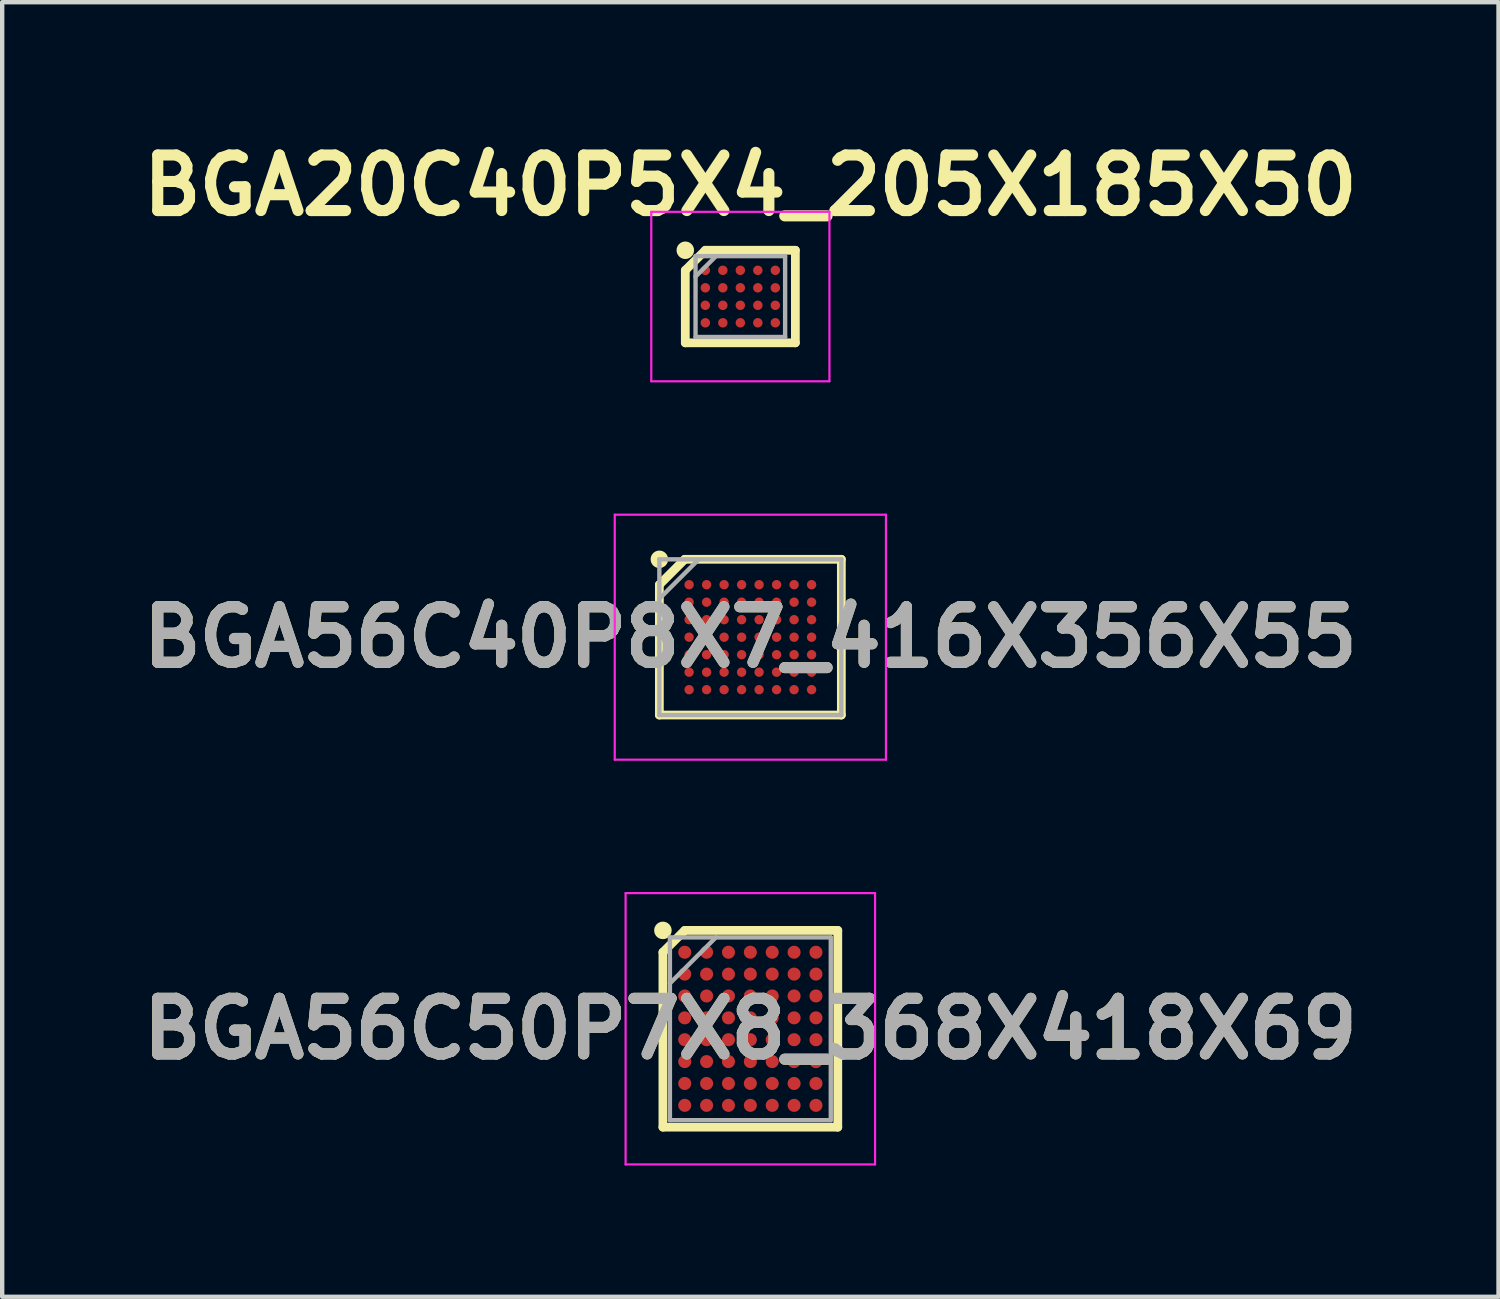
<source format=kicad_pcb>
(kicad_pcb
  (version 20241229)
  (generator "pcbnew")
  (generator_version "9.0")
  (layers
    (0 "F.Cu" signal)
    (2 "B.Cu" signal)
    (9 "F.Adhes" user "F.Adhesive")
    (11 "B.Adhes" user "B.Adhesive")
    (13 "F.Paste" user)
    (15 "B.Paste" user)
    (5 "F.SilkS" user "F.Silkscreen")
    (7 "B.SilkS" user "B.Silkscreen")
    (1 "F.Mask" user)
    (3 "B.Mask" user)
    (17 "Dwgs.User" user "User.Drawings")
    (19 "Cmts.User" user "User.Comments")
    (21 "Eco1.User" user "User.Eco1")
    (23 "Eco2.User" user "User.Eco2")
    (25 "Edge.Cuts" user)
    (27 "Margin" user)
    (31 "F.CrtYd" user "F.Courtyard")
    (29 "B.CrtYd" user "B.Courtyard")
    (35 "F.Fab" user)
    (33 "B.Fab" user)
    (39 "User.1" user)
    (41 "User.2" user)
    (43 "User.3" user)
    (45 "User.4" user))
  (footprint "BGA56C50P7X8_368X418X69"
    (layer "F.Cu")
    (at 14.103 20.468)
    (property "Reference" "BGA56C50P7X8_368X418X69" (at 0 0 0) (layer "F.SilkS") (effects (font (size 1.27 1.27) (thickness 0.254))))
    (attr smd)
    (fp_line (start -1.999 -1.75) (end -1.5 -2.249) (stroke (width 0.2) (type solid)) (layer "F.SilkS"))
    (fp_line (start -1.999 2.249) (end -1.999 -1.75) (stroke (width 0.2) (type solid)) (layer "F.SilkS"))
    (fp_line (start -1.5 -2.249) (end 1.999 -2.249) (stroke (width 0.2) (type solid)) (layer "F.SilkS"))
    (fp_line (start 1.999 -2.249) (end 1.999 2.249) (stroke (width 0.2) (type solid)) (layer "F.SilkS"))
    (fp_line (start 1.999 2.249) (end -1.999 2.249) (stroke (width 0.2) (type solid)) (layer "F.SilkS"))
    (fp_circle (center -1.999 -2.249) (end -1.999 -2.149) (stroke (width 0.2) (type solid)) (fill no) (layer "F.SilkS"))
    (fp_line (start -2.852 -3.102) (end 2.851 -3.102) (stroke (width 0.05) (type solid)) (layer "F.CrtYd"))
    (fp_line (start -2.852 3.101) (end -2.852 -3.102) (stroke (width 0.05) (type solid)) (layer "F.CrtYd"))
    (fp_line (start 2.851 -3.102) (end 2.851 3.101) (stroke (width 0.05) (type solid)) (layer "F.CrtYd"))
    (fp_line (start 2.851 3.101) (end -2.852 3.101) (stroke (width 0.05) (type solid)) (layer "F.CrtYd"))
    (fp_line (start -1.839 -2.089) (end 1.839 -2.089) (stroke (width 0.1) (type solid)) (layer "F.Fab"))
    (fp_line (start -1.839 -1.038) (end -0.788 -2.089) (stroke (width 0.1) (type solid)) (layer "F.Fab"))
    (fp_line (start -1.839 2.089) (end -1.839 -2.089) (stroke (width 0.1) (type solid)) (layer "F.Fab"))
    (fp_line (start 1.839 -2.089) (end 1.839 2.089) (stroke (width 0.1) (type solid)) (layer "F.Fab"))
    (fp_line (start 1.839 2.089) (end -1.839 2.089) (stroke (width 0.1) (type solid)) (layer "F.Fab"))
    (fp_text user "${REFERENCE}" (at 0 0 0) (layer "F.Fab") (effects (font (size 1.27 1.27) (thickness 0.254))))
    (pad "A1" smd circle (at -1.5 -1.75 90) (size 0.298 0.298) (layers "F.Cu" "F.Mask" "F.Paste"))
    (pad "A2" smd circle (at -1 -1.75 90) (size 0.298 0.298) (layers "F.Cu" "F.Mask" "F.Paste"))
    (pad "A3" smd circle (at -0.5 -1.75 90) (size 0.298 0.298) (layers "F.Cu" "F.Mask" "F.Paste"))
    (pad "A4" smd circle (at 0 -1.75 90) (size 0.298 0.298) (layers "F.Cu" "F.Mask" "F.Paste"))
    (pad "A5" smd circle (at 0.5 -1.75 90) (size 0.298 0.298) (layers "F.Cu" "F.Mask" "F.Paste"))
    (pad "A6" smd circle (at 1 -1.75 90) (size 0.298 0.298) (layers "F.Cu" "F.Mask" "F.Paste"))
    (pad "A7" smd circle (at 1.5 -1.75 90) (size 0.298 0.298) (layers "F.Cu" "F.Mask" "F.Paste"))
    (pad "B1" smd circle (at -1.5 -1.25 90) (size 0.298 0.298) (layers "F.Cu" "F.Mask" "F.Paste"))
    (pad "B2" smd circle (at -1 -1.25 90) (size 0.298 0.298) (layers "F.Cu" "F.Mask" "F.Paste"))
    (pad "B3" smd circle (at -0.5 -1.25 90) (size 0.298 0.298) (layers "F.Cu" "F.Mask" "F.Paste"))
    (pad "B4" smd circle (at 0 -1.25 90) (size 0.298 0.298) (layers "F.Cu" "F.Mask" "F.Paste"))
    (pad "B5" smd circle (at 0.5 -1.25 90) (size 0.298 0.298) (layers "F.Cu" "F.Mask" "F.Paste"))
    (pad "B6" smd circle (at 1 -1.25 90) (size 0.298 0.298) (layers "F.Cu" "F.Mask" "F.Paste"))
    (pad "B7" smd circle (at 1.5 -1.25 90) (size 0.298 0.298) (layers "F.Cu" "F.Mask" "F.Paste"))
    (pad "C1" smd circle (at -1.5 -0.75 90) (size 0.298 0.298) (layers "F.Cu" "F.Mask" "F.Paste"))
    (pad "C2" smd circle (at -1 -0.75 90) (size 0.298 0.298) (layers "F.Cu" "F.Mask" "F.Paste"))
    (pad "C3" smd circle (at -0.5 -0.75 90) (size 0.298 0.298) (layers "F.Cu" "F.Mask" "F.Paste"))
    (pad "C4" smd circle (at 0 -0.75 90) (size 0.298 0.298) (layers "F.Cu" "F.Mask" "F.Paste"))
    (pad "C5" smd circle (at 0.5 -0.75 90) (size 0.298 0.298) (layers "F.Cu" "F.Mask" "F.Paste"))
    (pad "C6" smd circle (at 1 -0.75 90) (size 0.298 0.298) (layers "F.Cu" "F.Mask" "F.Paste"))
    (pad "C7" smd circle (at 1.5 -0.75 90) (size 0.298 0.298) (layers "F.Cu" "F.Mask" "F.Paste"))
    (pad "D1" smd circle (at -1.5 -0.25 90) (size 0.298 0.298) (layers "F.Cu" "F.Mask" "F.Paste"))
    (pad "D2" smd circle (at -1 -0.25 90) (size 0.298 0.298) (layers "F.Cu" "F.Mask" "F.Paste"))
    (pad "D3" smd circle (at -0.5 -0.25 90) (size 0.298 0.298) (layers "F.Cu" "F.Mask" "F.Paste"))
    (pad "D4" smd circle (at 0 -0.25 90) (size 0.298 0.298) (layers "F.Cu" "F.Mask" "F.Paste"))
    (pad "D5" smd circle (at 0.5 -0.25 90) (size 0.298 0.298) (layers "F.Cu" "F.Mask" "F.Paste"))
    (pad "D6" smd circle (at 1 -0.25 90) (size 0.298 0.298) (layers "F.Cu" "F.Mask" "F.Paste"))
    (pad "D7" smd circle (at 1.5 -0.25 90) (size 0.298 0.298) (layers "F.Cu" "F.Mask" "F.Paste"))
    (pad "E1" smd circle (at -1.5 0.25 90) (size 0.298 0.298) (layers "F.Cu" "F.Mask" "F.Paste"))
    (pad "E2" smd circle (at -1 0.25 90) (size 0.298 0.298) (layers "F.Cu" "F.Mask" "F.Paste"))
    (pad "E3" smd circle (at -0.5 0.25 90) (size 0.298 0.298) (layers "F.Cu" "F.Mask" "F.Paste"))
    (pad "E4" smd circle (at 0 0.25 90) (size 0.298 0.298) (layers "F.Cu" "F.Mask" "F.Paste"))
    (pad "E5" smd circle (at 0.5 0.25 90) (size 0.298 0.298) (layers "F.Cu" "F.Mask" "F.Paste"))
    (pad "E6" smd circle (at 1 0.25 90) (size 0.298 0.298) (layers "F.Cu" "F.Mask" "F.Paste"))
    (pad "E7" smd circle (at 1.5 0.25 90) (size 0.298 0.298) (layers "F.Cu" "F.Mask" "F.Paste"))
    (pad "F1" smd circle (at -1.5 0.75 90) (size 0.298 0.298) (layers "F.Cu" "F.Mask" "F.Paste"))
    (pad "F2" smd circle (at -1 0.75 90) (size 0.298 0.298) (layers "F.Cu" "F.Mask" "F.Paste"))
    (pad "F3" smd circle (at -0.5 0.75 90) (size 0.298 0.298) (layers "F.Cu" "F.Mask" "F.Paste"))
    (pad "F4" smd circle (at 0 0.75 90) (size 0.298 0.298) (layers "F.Cu" "F.Mask" "F.Paste"))
    (pad "F5" smd circle (at 0.5 0.75 90) (size 0.298 0.298) (layers "F.Cu" "F.Mask" "F.Paste"))
    (pad "F6" smd circle (at 1 0.75 90) (size 0.298 0.298) (layers "F.Cu" "F.Mask" "F.Paste"))
    (pad "F7" smd circle (at 1.5 0.75 90) (size 0.298 0.298) (layers "F.Cu" "F.Mask" "F.Paste"))
    (pad "G1" smd circle (at -1.5 1.25 90) (size 0.298 0.298) (layers "F.Cu" "F.Mask" "F.Paste"))
    (pad "G2" smd circle (at -1 1.25 90) (size 0.298 0.298) (layers "F.Cu" "F.Mask" "F.Paste"))
    (pad "G3" smd circle (at -0.5 1.25 90) (size 0.298 0.298) (layers "F.Cu" "F.Mask" "F.Paste"))
    (pad "G4" smd circle (at 0 1.25 90) (size 0.298 0.298) (layers "F.Cu" "F.Mask" "F.Paste"))
    (pad "G5" smd circle (at 0.5 1.25 90) (size 0.298 0.298) (layers "F.Cu" "F.Mask" "F.Paste"))
    (pad "G6" smd circle (at 1 1.25 90) (size 0.298 0.298) (layers "F.Cu" "F.Mask" "F.Paste"))
    (pad "G7" smd circle (at 1.5 1.25 90) (size 0.298 0.298) (layers "F.Cu" "F.Mask" "F.Paste"))
    (pad "H1" smd circle (at -1.5 1.75 90) (size 0.298 0.298) (layers "F.Cu" "F.Mask" "F.Paste"))
    (pad "H2" smd circle (at -1 1.75 90) (size 0.298 0.298) (layers "F.Cu" "F.Mask" "F.Paste"))
    (pad "H3" smd circle (at -0.5 1.75 90) (size 0.298 0.298) (layers "F.Cu" "F.Mask" "F.Paste"))
    (pad "H4" smd circle (at 0 1.75 90) (size 0.298 0.298) (layers "F.Cu" "F.Mask" "F.Paste"))
    (pad "H5" smd circle (at 0.5 1.75 90) (size 0.298 0.298) (layers "F.Cu" "F.Mask" "F.Paste"))
    (pad "H6" smd circle (at 1 1.75 90) (size 0.298 0.298) (layers "F.Cu" "F.Mask" "F.Paste"))
    (pad "H7" smd circle (at 1.5 1.75 90) (size 0.298 0.298) (layers "F.Cu" "F.Mask" "F.Paste")))
  (footprint "BGA20C40P5X4_205X185X50"
    (layer "F.Cu")
    (at 13.874 3.729)
    (property "Reference" "BGA20C40P5X4_205X185X50" (at 0.229 -2.54 0) (layer "F.SilkS") (effects (font (size 1.27 1.27) (thickness 0.254))))
    (attr smd)
    (fp_line (start -1.258 -0.6) (end -0.8 -1.058) (stroke (width 0.2) (type solid)) (layer "F.SilkS"))
    (fp_line (start -1.258 1.058) (end -1.258 -0.6) (stroke (width 0.2) (type solid)) (layer "F.SilkS"))
    (fp_line (start -0.8 -1.058) (end 1.258 -1.058) (stroke (width 0.2) (type solid)) (layer "F.SilkS"))
    (fp_line (start 1.258 -1.058) (end 1.258 1.058) (stroke (width 0.2) (type solid)) (layer "F.SilkS"))
    (fp_line (start 1.258 1.058) (end -1.258 1.058) (stroke (width 0.2) (type solid)) (layer "F.SilkS"))
    (fp_circle (center -1.258 -1.058) (end -1.258 -0.958) (stroke (width 0.2) (type solid)) (fill no) (layer "F.SilkS"))
    (fp_line (start -2.036 -1.936) (end 2.037 -1.936) (stroke (width 0.05) (type solid)) (layer "F.CrtYd"))
    (fp_line (start -2.036 1.937) (end -2.036 -1.936) (stroke (width 0.05) (type solid)) (layer "F.CrtYd"))
    (fp_line (start 2.037 -1.936) (end 2.037 1.937) (stroke (width 0.05) (type solid)) (layer "F.CrtYd"))
    (fp_line (start 2.037 1.937) (end -2.036 1.937) (stroke (width 0.05) (type solid)) (layer "F.CrtYd"))
    (fp_line (start -1.024 -0.924) (end 1.024 -0.924) (stroke (width 0.1) (type solid)) (layer "F.Fab"))
    (fp_line (start -1.024 -0.456) (end -0.556 -0.924) (stroke (width 0.1) (type solid)) (layer "F.Fab"))
    (fp_line (start -1.024 0.924) (end -1.024 -0.924) (stroke (width 0.1) (type solid)) (layer "F.Fab"))
    (fp_line (start 1.024 -0.924) (end 1.024 0.924) (stroke (width 0.1) (type solid)) (layer "F.Fab"))
    (fp_line (start 1.024 0.924) (end -1.024 0.924) (stroke (width 0.1) (type solid)) (layer "F.Fab"))
    (pad "A1" smd circle (at -0.8 -0.6 90) (size 0.216 0.216) (layers "F.Cu" "F.Mask" "F.Paste"))
    (pad "A2" smd circle (at -0.4 -0.6 90) (size 0.216 0.216) (layers "F.Cu" "F.Mask" "F.Paste"))
    (pad "A3" smd circle (at 0 -0.6 90) (size 0.216 0.216) (layers "F.Cu" "F.Mask" "F.Paste"))
    (pad "A4" smd circle (at 0.4 -0.6 90) (size 0.216 0.216) (layers "F.Cu" "F.Mask" "F.Paste"))
    (pad "A5" smd circle (at 0.8 -0.6 90) (size 0.216 0.216) (layers "F.Cu" "F.Mask" "F.Paste"))
    (pad "B1" smd circle (at -0.8 -0.2 90) (size 0.216 0.216) (layers "F.Cu" "F.Mask" "F.Paste"))
    (pad "B2" smd circle (at -0.4 -0.2 90) (size 0.216 0.216) (layers "F.Cu" "F.Mask" "F.Paste"))
    (pad "B3" smd circle (at 0 -0.2 90) (size 0.216 0.216) (layers "F.Cu" "F.Mask" "F.Paste"))
    (pad "B4" smd circle (at 0.4 -0.2 90) (size 0.216 0.216) (layers "F.Cu" "F.Mask" "F.Paste"))
    (pad "B5" smd circle (at 0.8 -0.2 90) (size 0.216 0.216) (layers "F.Cu" "F.Mask" "F.Paste"))
    (pad "C1" smd circle (at -0.8 0.2 90) (size 0.216 0.216) (layers "F.Cu" "F.Mask" "F.Paste"))
    (pad "C2" smd circle (at -0.4 0.2 90) (size 0.216 0.216) (layers "F.Cu" "F.Mask" "F.Paste"))
    (pad "C3" smd circle (at 0 0.2 90) (size 0.216 0.216) (layers "F.Cu" "F.Mask" "F.Paste"))
    (pad "C4" smd circle (at 0.4 0.2 90) (size 0.216 0.216) (layers "F.Cu" "F.Mask" "F.Paste"))
    (pad "C5" smd circle (at 0.8 0.2 90) (size 0.216 0.216) (layers "F.Cu" "F.Mask" "F.Paste"))
    (pad "D1" smd circle (at -0.8 0.6 90) (size 0.216 0.216) (layers "F.Cu" "F.Mask" "F.Paste"))
    (pad "D2" smd circle (at -0.4 0.6 90) (size 0.216 0.216) (layers "F.Cu" "F.Mask" "F.Paste"))
    (pad "D3" smd circle (at 0 0.6 90) (size 0.216 0.216) (layers "F.Cu" "F.Mask" "F.Paste"))
    (pad "D4" smd circle (at 0.4 0.6 90) (size 0.216 0.216) (layers "F.Cu" "F.Mask" "F.Paste"))
    (pad "D5" smd circle (at 0.8 0.6 90) (size 0.216 0.216) (layers "F.Cu" "F.Mask" "F.Paste")))
  (footprint "BGA56C40P8X7_416X356X55"
    (layer "F.Cu")
    (at 14.103 11.516)
    (property "Reference" "BGA56C40P8X7_416X356X55" (at 0 0 0) (layer "F.SilkS") (effects (font (size 1.27 1.27) (thickness 0.254))))
    (attr smd)
    (fp_line (start -2.08 -1.2) (end -1.5 -1.78) (stroke (width 0.2) (type solid)) (layer "F.SilkS"))
    (fp_line (start -2.08 1.78) (end -2.08 -1.2) (stroke (width 0.2) (type solid)) (layer "F.SilkS"))
    (fp_line (start -1.5 -1.78) (end 2.08 -1.78) (stroke (width 0.2) (type solid)) (layer "F.SilkS"))
    (fp_line (start 2.08 -1.78) (end 2.08 1.78) (stroke (width 0.2) (type solid)) (layer "F.SilkS"))
    (fp_line (start 2.08 1.78) (end -2.08 1.78) (stroke (width 0.2) (type solid)) (layer "F.SilkS"))
    (fp_circle (center -2.08 -1.78) (end -2.08 -1.68) (stroke (width 0.2) (type solid)) (fill no) (layer "F.SilkS"))
    (fp_line (start -3.1 -2.8) (end 3.1 -2.8) (stroke (width 0.05) (type solid)) (layer "F.CrtYd"))
    (fp_line (start -3.1 2.8) (end -3.1 -2.8) (stroke (width 0.05) (type solid)) (layer "F.CrtYd"))
    (fp_line (start 3.1 -2.8) (end 3.1 2.8) (stroke (width 0.05) (type solid)) (layer "F.CrtYd"))
    (fp_line (start 3.1 2.8) (end -3.1 2.8) (stroke (width 0.05) (type solid)) (layer "F.CrtYd"))
    (fp_line (start -2.08 -1.78) (end 2.08 -1.78) (stroke (width 0.1) (type solid)) (layer "F.Fab"))
    (fp_line (start -2.08 -0.88) (end -1.18 -1.78) (stroke (width 0.1) (type solid)) (layer "F.Fab"))
    (fp_line (start -2.08 1.78) (end -2.08 -1.78) (stroke (width 0.1) (type solid)) (layer "F.Fab"))
    (fp_line (start 2.08 -1.78) (end 2.08 1.78) (stroke (width 0.1) (type solid)) (layer "F.Fab"))
    (fp_line (start 2.08 1.78) (end -2.08 1.78) (stroke (width 0.1) (type solid)) (layer "F.Fab"))
    (fp_text user "${REFERENCE}" (at 0 0 0) (layer "F.Fab") (effects (font (size 1.27 1.27) (thickness 0.254))))
    (pad "A1" smd circle (at -1.4 -1.2 90) (size 0.214 0.214) (layers "F.Cu" "F.Mask" "F.Paste"))
    (pad "A2" smd circle (at -1 -1.2 90) (size 0.214 0.214) (layers "F.Cu" "F.Mask" "F.Paste"))
    (pad "A3" smd circle (at -0.6 -1.2 90) (size 0.214 0.214) (layers "F.Cu" "F.Mask" "F.Paste"))
    (pad "A4" smd circle (at -0.2 -1.2 90) (size 0.214 0.214) (layers "F.Cu" "F.Mask" "F.Paste"))
    (pad "A5" smd circle (at 0.2 -1.2 90) (size 0.214 0.214) (layers "F.Cu" "F.Mask" "F.Paste"))
    (pad "A6" smd circle (at 0.6 -1.2 90) (size 0.214 0.214) (layers "F.Cu" "F.Mask" "F.Paste"))
    (pad "A7" smd circle (at 1 -1.2 90) (size 0.214 0.214) (layers "F.Cu" "F.Mask" "F.Paste"))
    (pad "A8" smd circle (at 1.4 -1.2 90) (size 0.214 0.214) (layers "F.Cu" "F.Mask" "F.Paste"))
    (pad "B1" smd circle (at -1.4 -0.8 90) (size 0.214 0.214) (layers "F.Cu" "F.Mask" "F.Paste"))
    (pad "B2" smd circle (at -1 -0.8 90) (size 0.214 0.214) (layers "F.Cu" "F.Mask" "F.Paste"))
    (pad "B3" smd circle (at -0.6 -0.8 90) (size 0.214 0.214) (layers "F.Cu" "F.Mask" "F.Paste"))
    (pad "B4" smd circle (at -0.2 -0.8 90) (size 0.214 0.214) (layers "F.Cu" "F.Mask" "F.Paste"))
    (pad "B5" smd circle (at 0.2 -0.8 90) (size 0.214 0.214) (layers "F.Cu" "F.Mask" "F.Paste"))
    (pad "B6" smd circle (at 0.6 -0.8 90) (size 0.214 0.214) (layers "F.Cu" "F.Mask" "F.Paste"))
    (pad "B7" smd circle (at 1 -0.8 90) (size 0.214 0.214) (layers "F.Cu" "F.Mask" "F.Paste"))
    (pad "B8" smd circle (at 1.4 -0.8 90) (size 0.214 0.214) (layers "F.Cu" "F.Mask" "F.Paste"))
    (pad "C1" smd circle (at -1.4 -0.4 90) (size 0.214 0.214) (layers "F.Cu" "F.Mask" "F.Paste"))
    (pad "C2" smd circle (at -1 -0.4 90) (size 0.214 0.214) (layers "F.Cu" "F.Mask" "F.Paste"))
    (pad "C3" smd circle (at -0.6 -0.4 90) (size 0.214 0.214) (layers "F.Cu" "F.Mask" "F.Paste"))
    (pad "C4" smd circle (at -0.2 -0.4 90) (size 0.214 0.214) (layers "F.Cu" "F.Mask" "F.Paste"))
    (pad "C5" smd circle (at 0.2 -0.4 90) (size 0.214 0.214) (layers "F.Cu" "F.Mask" "F.Paste"))
    (pad "C6" smd circle (at 0.6 -0.4 90) (size 0.214 0.214) (layers "F.Cu" "F.Mask" "F.Paste"))
    (pad "C7" smd circle (at 1 -0.4 90) (size 0.214 0.214) (layers "F.Cu" "F.Mask" "F.Paste"))
    (pad "C8" smd circle (at 1.4 -0.4 90) (size 0.214 0.214) (layers "F.Cu" "F.Mask" "F.Paste"))
    (pad "D1" smd circle (at -1.4 0 90) (size 0.214 0.214) (layers "F.Cu" "F.Mask" "F.Paste"))
    (pad "D2" smd circle (at -1 0 90) (size 0.214 0.214) (layers "F.Cu" "F.Mask" "F.Paste"))
    (pad "D3" smd circle (at -0.6 0 90) (size 0.214 0.214) (layers "F.Cu" "F.Mask" "F.Paste"))
    (pad "D4" smd circle (at -0.2 0 90) (size 0.214 0.214) (layers "F.Cu" "F.Mask" "F.Paste"))
    (pad "D5" smd circle (at 0.2 0 90) (size 0.214 0.214) (layers "F.Cu" "F.Mask" "F.Paste"))
    (pad "D6" smd circle (at 0.6 0 90) (size 0.214 0.214) (layers "F.Cu" "F.Mask" "F.Paste"))
    (pad "D7" smd circle (at 1 0 90) (size 0.214 0.214) (layers "F.Cu" "F.Mask" "F.Paste"))
    (pad "D8" smd circle (at 1.4 0 90) (size 0.214 0.214) (layers "F.Cu" "F.Mask" "F.Paste"))
    (pad "E1" smd circle (at -1.4 0.4 90) (size 0.214 0.214) (layers "F.Cu" "F.Mask" "F.Paste"))
    (pad "E2" smd circle (at -1 0.4 90) (size 0.214 0.214) (layers "F.Cu" "F.Mask" "F.Paste"))
    (pad "E3" smd circle (at -0.6 0.4 90) (size 0.214 0.214) (layers "F.Cu" "F.Mask" "F.Paste"))
    (pad "E4" smd circle (at -0.2 0.4 90) (size 0.214 0.214) (layers "F.Cu" "F.Mask" "F.Paste"))
    (pad "E5" smd circle (at 0.2 0.4 90) (size 0.214 0.214) (layers "F.Cu" "F.Mask" "F.Paste"))
    (pad "E6" smd circle (at 0.6 0.4 90) (size 0.214 0.214) (layers "F.Cu" "F.Mask" "F.Paste"))
    (pad "E7" smd circle (at 1 0.4 90) (size 0.214 0.214) (layers "F.Cu" "F.Mask" "F.Paste"))
    (pad "E8" smd circle (at 1.4 0.4 90) (size 0.214 0.214) (layers "F.Cu" "F.Mask" "F.Paste"))
    (pad "F1" smd circle (at -1.4 0.8 90) (size 0.214 0.214) (layers "F.Cu" "F.Mask" "F.Paste"))
    (pad "F2" smd circle (at -1 0.8 90) (size 0.214 0.214) (layers "F.Cu" "F.Mask" "F.Paste"))
    (pad "F3" smd circle (at -0.6 0.8 90) (size 0.214 0.214) (layers "F.Cu" "F.Mask" "F.Paste"))
    (pad "F4" smd circle (at -0.2 0.8 90) (size 0.214 0.214) (layers "F.Cu" "F.Mask" "F.Paste"))
    (pad "F5" smd circle (at 0.2 0.8 90) (size 0.214 0.214) (layers "F.Cu" "F.Mask" "F.Paste"))
    (pad "F6" smd circle (at 0.6 0.8 90) (size 0.214 0.214) (layers "F.Cu" "F.Mask" "F.Paste"))
    (pad "F7" smd circle (at 1 0.8 90) (size 0.214 0.214) (layers "F.Cu" "F.Mask" "F.Paste"))
    (pad "F8" smd circle (at 1.4 0.8 90) (size 0.214 0.214) (layers "F.Cu" "F.Mask" "F.Paste"))
    (pad "G1" smd circle (at -1.4 1.2 90) (size 0.214 0.214) (layers "F.Cu" "F.Mask" "F.Paste"))
    (pad "G2" smd circle (at -1 1.2 90) (size 0.214 0.214) (layers "F.Cu" "F.Mask" "F.Paste"))
    (pad "G3" smd circle (at -0.6 1.2 90) (size 0.214 0.214) (layers "F.Cu" "F.Mask" "F.Paste"))
    (pad "G4" smd circle (at -0.2 1.2 90) (size 0.214 0.214) (layers "F.Cu" "F.Mask" "F.Paste"))
    (pad "G5" smd circle (at 0.2 1.2 90) (size 0.214 0.214) (layers "F.Cu" "F.Mask" "F.Paste"))
    (pad "G6" smd circle (at 0.6 1.2 90) (size 0.214 0.214) (layers "F.Cu" "F.Mask" "F.Paste"))
    (pad "G7" smd circle (at 1 1.2 90) (size 0.214 0.214) (layers "F.Cu" "F.Mask" "F.Paste"))
    (pad "G8" smd circle (at 1.4 1.2 90) (size 0.214 0.214) (layers "F.Cu" "F.Mask" "F.Paste")))
  (gr_rect
    (start -3 -3)
    (end 31.206 26.594)
    (stroke (width 0.1) (type default))
    (fill no)
    (layer "Edge.Cuts")))
</source>
